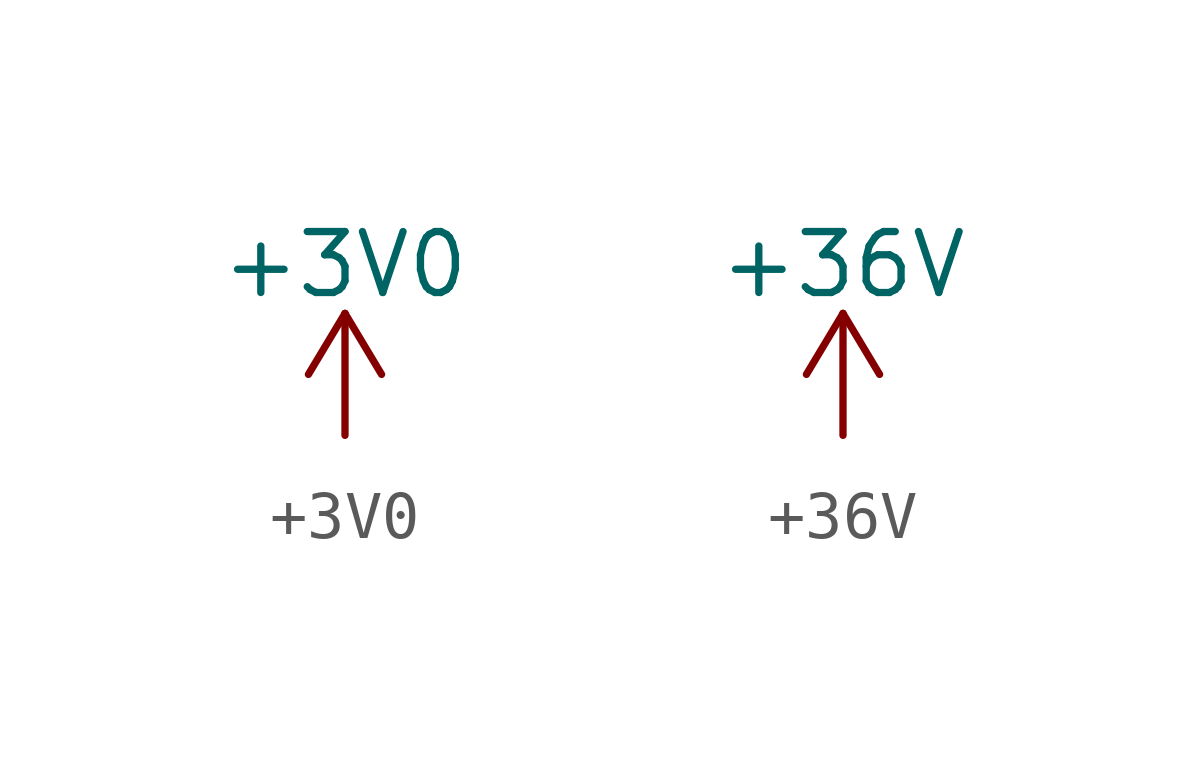
<source format=kicad_sym>
(kicad_symbol_lib
  (version 20211014)
  (generator kicad_symbol_editor)
  (symbol "+3V0"
    (power)
    (pin_names
      (offset 0))
    (property "Reference" "#PWR"
      (at 0 -3.81 0)
      (effects (font (size 1.27 1.27)) hide))
    (property "Value" "+3V0"
      (at 0 3.556 0)
      (effects (font (size 1.27 1.27))))
    (symbol "+3V0_0_1"
      (polyline (pts (xy -0.762 1.27) (xy 0 2.54)) (stroke (width 0) (type default) (color 0 0 0 0)) (fill (type none)))
      (polyline (pts (xy 0 0) (xy 0 2.54)) (stroke (width 0) (type default) (color 0 0 0 0)) (fill (type none)))
      (polyline (pts (xy 0 2.54) (xy 0.762 1.27)) (stroke (width 0) (type default) (color 0 0 0 0)) (fill (type none))))
    (symbol "+3V0_1_1"
      (pin power_in line (at 0 0 90) (length 0) hide (name "+3V0" (effects (font (size 1.27 1.27)))) (number "1" (effects (font (size 1.27 1.27)))))))
  (symbol "+36V"
    (power)
    (pin_names
      (offset 0))
    (property "Reference" "#PWR"
      (at 0 -3.81 0)
      (effects (font (size 1.27 1.27)) hide))
    (property "Value" "+36V"
      (at 0 3.556 0)
      (effects (font (size 1.27 1.27))))
    (symbol "+36V_0_1"
      (polyline (pts (xy -0.762 1.27) (xy 0 2.54)) (stroke (width 0) (type default) (color 0 0 0 0)) (fill (type none)))
      (polyline (pts (xy 0 0) (xy 0 2.54)) (stroke (width 0) (type default) (color 0 0 0 0)) (fill (type none)))
      (polyline (pts (xy 0 2.54) (xy 0.762 1.27)) (stroke (width 0) (type default) (color 0 0 0 0)) (fill (type none))))
    (symbol "+36V_1_1"
      (pin power_in line (at 0 0 90) (length 0) hide (name "+36V" (effects (font (size 1.27 1.27)))) (number "1" (effects (font (size 1.27 1.27))))))))
</source>
